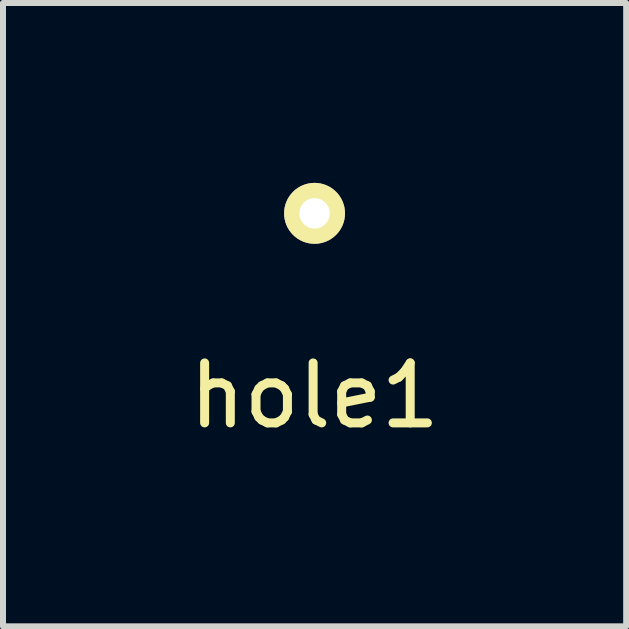
<source format=kicad_pcb>
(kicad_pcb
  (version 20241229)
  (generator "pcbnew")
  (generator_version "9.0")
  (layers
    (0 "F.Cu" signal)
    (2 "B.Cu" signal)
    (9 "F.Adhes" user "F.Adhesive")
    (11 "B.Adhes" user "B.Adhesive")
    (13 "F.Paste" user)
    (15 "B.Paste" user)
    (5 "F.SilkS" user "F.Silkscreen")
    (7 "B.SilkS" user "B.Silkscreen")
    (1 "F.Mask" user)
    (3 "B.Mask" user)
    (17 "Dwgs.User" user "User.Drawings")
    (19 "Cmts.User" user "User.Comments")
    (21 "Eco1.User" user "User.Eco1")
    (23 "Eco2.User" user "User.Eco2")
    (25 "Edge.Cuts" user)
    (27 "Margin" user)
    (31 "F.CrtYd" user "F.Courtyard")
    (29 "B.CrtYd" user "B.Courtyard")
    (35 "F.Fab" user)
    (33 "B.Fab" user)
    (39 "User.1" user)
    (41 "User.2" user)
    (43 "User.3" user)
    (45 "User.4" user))
  (footprint "hole1"
    (layer "F.Cu")
    (at 2.196 3.048)
    (property "Reference" "hole1" (at 0 0.5 0) (layer "F.SilkS") (effects (font (size 1 1) (thickness 0.15))))
    (attr through_hole)
    (pad "?" thru_hole circle (at 0 -2.54) (size 1.016 1.016) (drill 0.508) (layers "*.Cu" "*.Mask" "F.SilkS")))
  (gr_rect
    (start -3 -3)
    (end 7.393 7.396)
    (stroke (width 0.1) (type default))
    (fill no)
    (layer "Edge.Cuts")))
</source>
